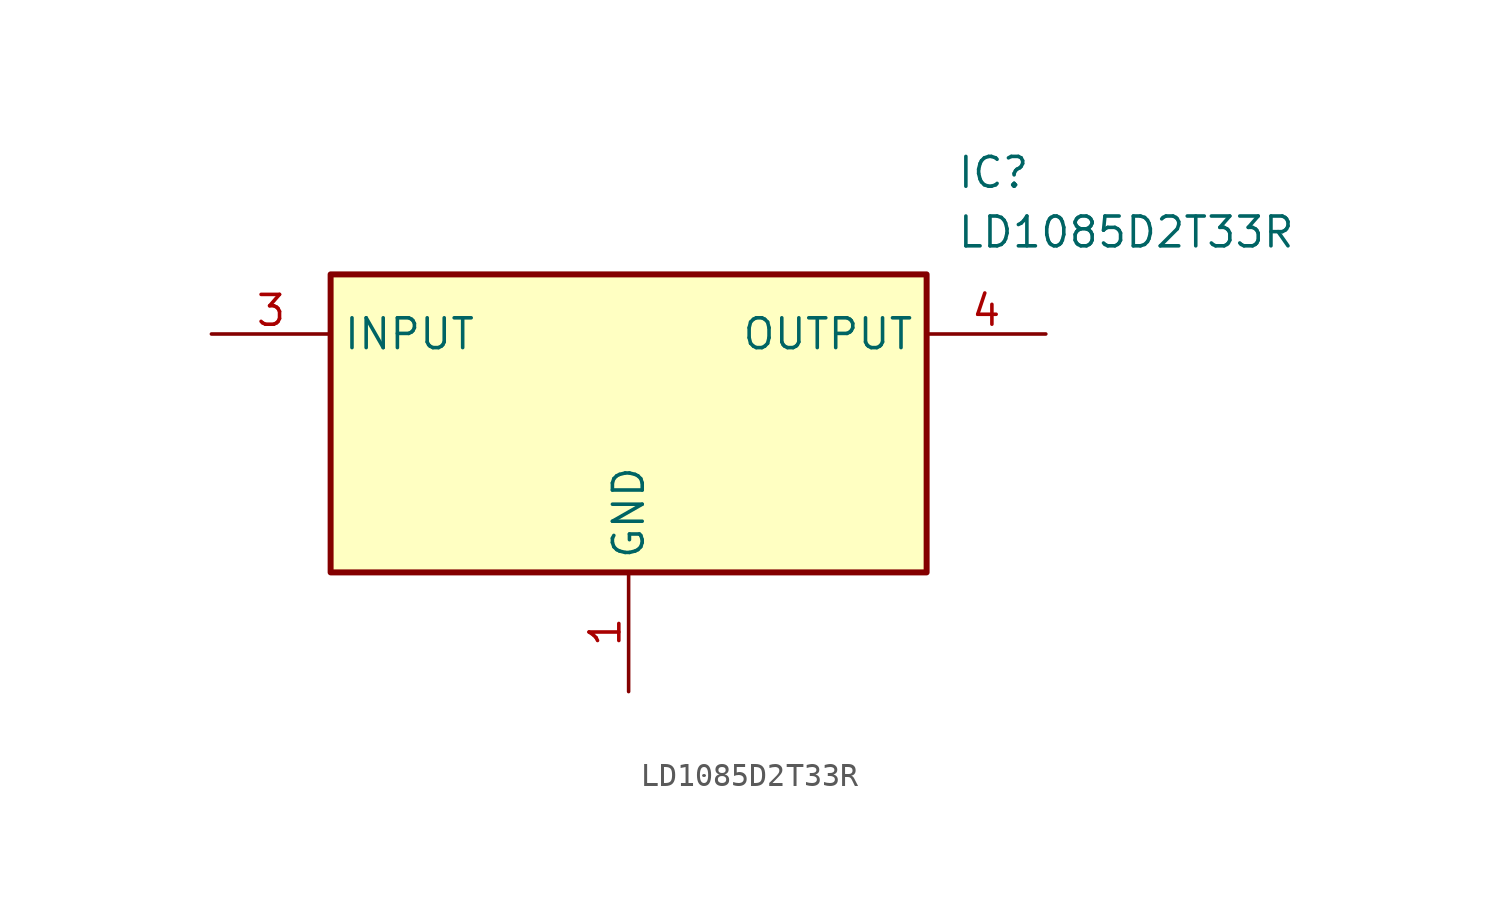
<source format=kicad_sym>
(kicad_symbol_lib
  (version 20211014)
  (generator SamacSys_ECAD_Model)
  (symbol "LD1085D2T33R"
    (property "Reference" "IC"
      (at 31.75 7.62 0)
      (effects (font (size 1.27 1.27)) (justify left top)))
    (property "Value" "LD1085D2T33R"
      (at 31.75 5.08 0)
      (effects (font (size 1.27 1.27)) (justify left top)))
    (rectangle
      (start 5.08 2.54)
      (end 30.48 -10.16)
      (stroke (width 0.254) (type default))
      (fill (type background)))
    (pin power_in line
      (at 17.78 -15.24 90)
      (length 5.08)
      (name "GND" (effects (font (size 1.27 1.27))))
      (number "1" (effects (font (size 1.27 1.27)))))
    (pin input line
      (at 0 0 0)
      (length 5.08)
      (name "INPUT" (effects (font (size 1.27 1.27))))
      (number "3" (effects (font (size 1.27 1.27)))))
    (pin output line
      (at 35.56 0 180)
      (length 5.08)
      (name "OUTPUT" (effects (font (size 1.27 1.27))))
      (number "4" (effects (font (size 1.27 1.27)))))))
</source>
